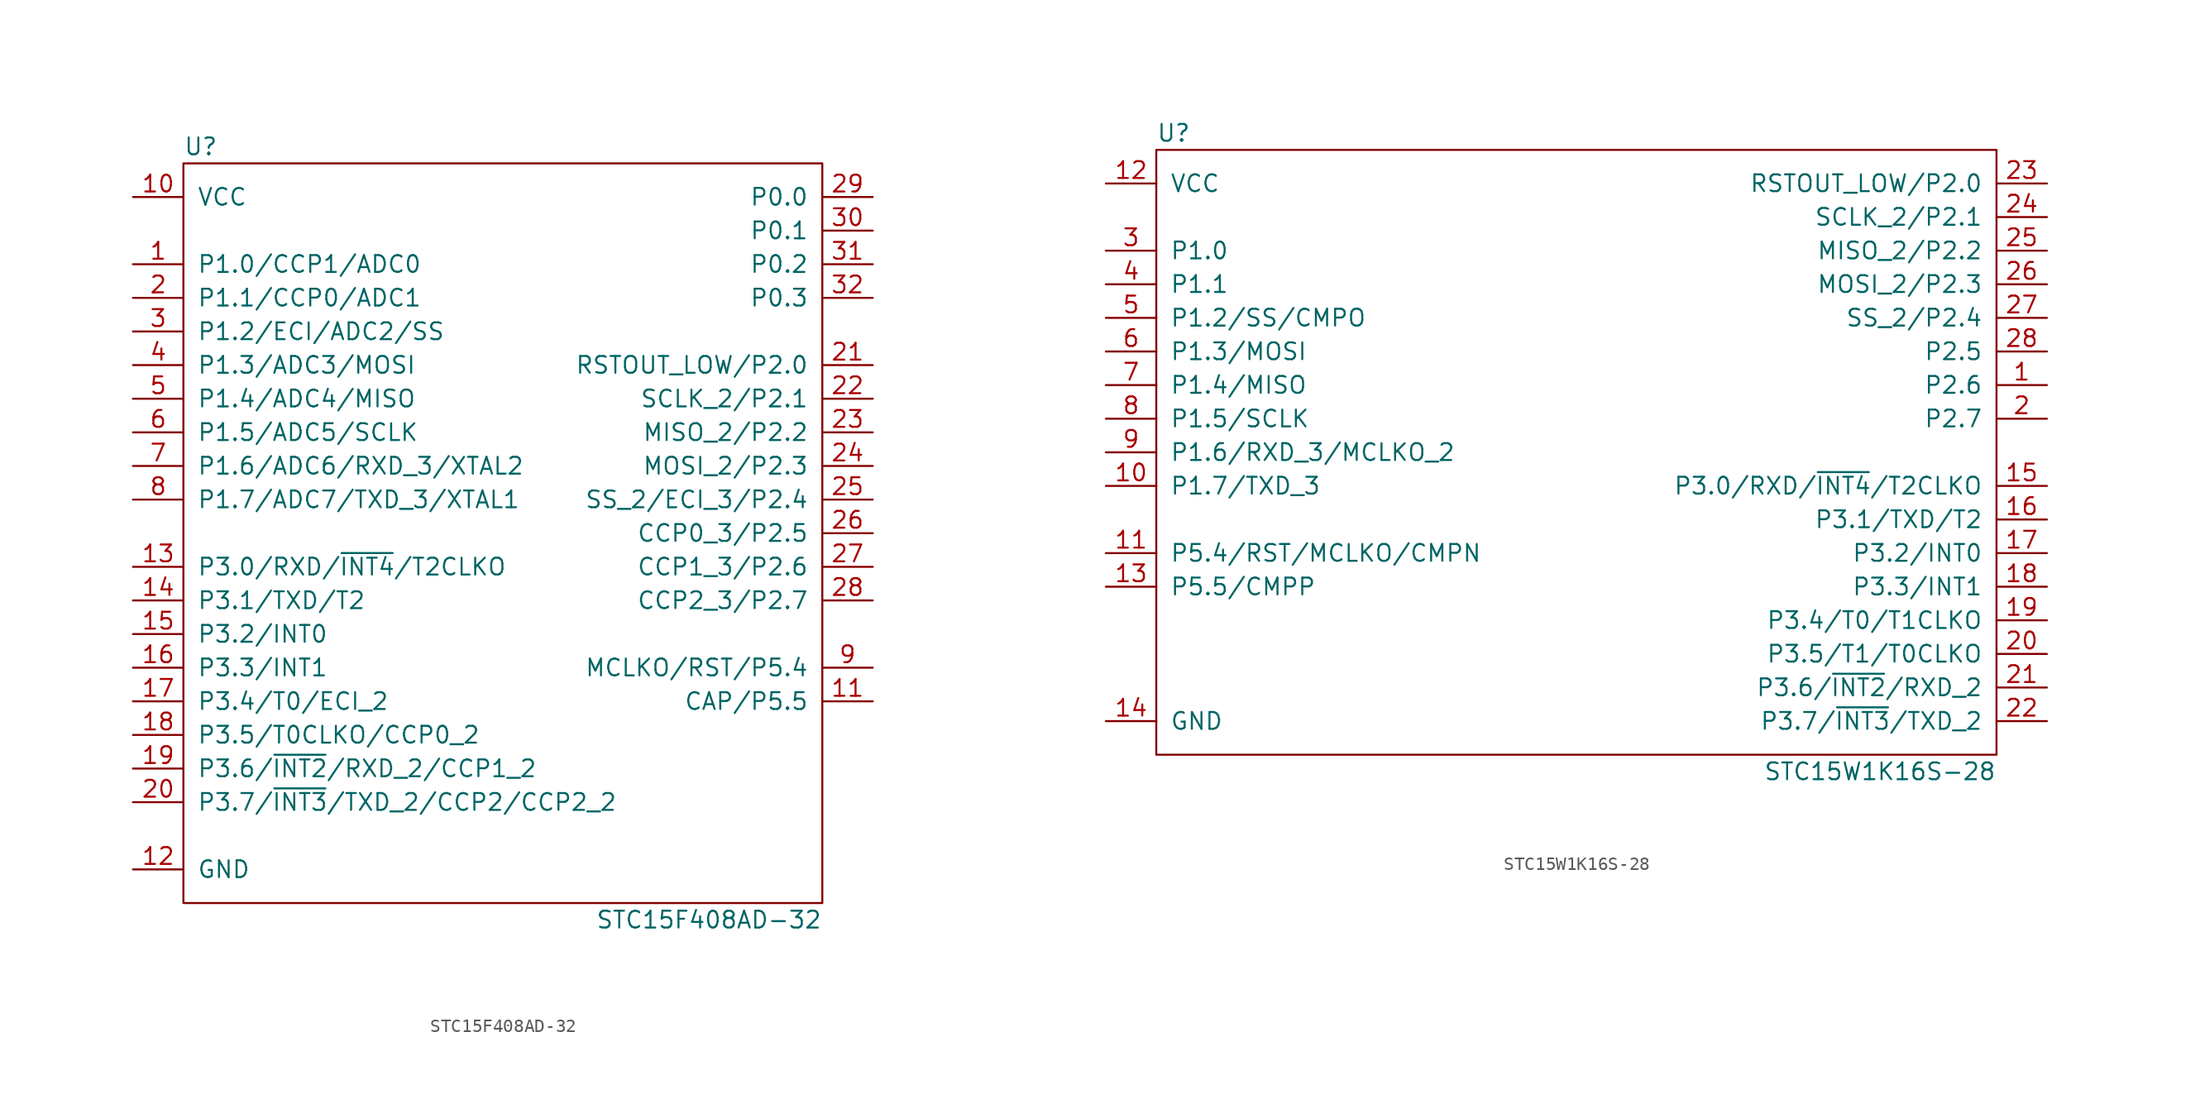
<source format=kicad_sym>
(kicad_symbol_lib
  (version 20211014)
  (generator kicad_symbol_editor)
  (symbol "STC15F408AD-32"
    (pin_names
      (offset 1.016))
    (property "Reference" "U"
      (at -24.13 26.67 0)
      (effects (font (size 1.27 1.27)) (justify left)))
    (property "Value" "STC15F408AD-32"
      (at 24.13 -31.75 0)
      (effects (font (size 1.27 1.27)) (justify right)))
    (symbol "STC15F408AD-32_0_1"
      (rectangle (start -24.13 25.4) (end 24.13 -30.48) (stroke (width 0.152) (type default) (color 0 0 0 0)) (fill (type none))))
    (symbol "STC15F408AD-32_1_1"
      (pin tri_state line (at -27.94 17.78 0) (length 3.81) (name "P1.0/CCP1/ADC0" (effects (font (size 1.27 1.27)))) (number "1" (effects (font (size 1.27 1.27)))))
      (pin power_in line (at -27.94 22.86 0) (length 3.81) (name "VCC" (effects (font (size 1.27 1.27)))) (number "10" (effects (font (size 1.27 1.27)))))
      (pin tri_state line (at 27.94 -15.24 180) (length 3.81) (name "CAP/P5.5" (effects (font (size 1.27 1.27)))) (number "11" (effects (font (size 1.27 1.27)))))
      (pin power_in line (at -27.94 -27.94 0) (length 3.81) (name "GND" (effects (font (size 1.27 1.27)))) (number "12" (effects (font (size 1.27 1.27)))))
      (pin tri_state line (at -27.94 -5.08 0) (length 3.81) (name "P3.0/RXD/~{INT4}/T2CLKO" (effects (font (size 1.27 1.27)))) (number "13" (effects (font (size 1.27 1.27)))))
      (pin tri_state line (at -27.94 -7.62 0) (length 3.81) (name "P3.1/TXD/T2" (effects (font (size 1.27 1.27)))) (number "14" (effects (font (size 1.27 1.27)))))
      (pin tri_state line (at -27.94 -10.16 0) (length 3.81) (name "P3.2/INT0" (effects (font (size 1.27 1.27)))) (number "15" (effects (font (size 1.27 1.27)))))
      (pin tri_state line (at -27.94 -12.7 0) (length 3.81) (name "P3.3/INT1" (effects (font (size 1.27 1.27)))) (number "16" (effects (font (size 1.27 1.27)))))
      (pin tri_state line (at -27.94 -15.24 0) (length 3.81) (name "P3.4/T0/ECI_2" (effects (font (size 1.27 1.27)))) (number "17" (effects (font (size 1.27 1.27)))))
      (pin tri_state line (at -27.94 -17.78 0) (length 3.81) (name "P3.5/T0CLKO/CCP0_2" (effects (font (size 1.27 1.27)))) (number "18" (effects (font (size 1.27 1.27)))))
      (pin tri_state line (at -27.94 -20.32 0) (length 3.81) (name "P3.6/~{INT2}/RXD_2/CCP1_2" (effects (font (size 1.27 1.27)))) (number "19" (effects (font (size 1.27 1.27)))))
      (pin tri_state line (at -27.94 15.24 0) (length 3.81) (name "P1.1/CCP0/ADC1" (effects (font (size 1.27 1.27)))) (number "2" (effects (font (size 1.27 1.27)))))
      (pin tri_state line (at -27.94 -22.86 0) (length 3.81) (name "P3.7/~{INT3}/TXD_2/CCP2/CCP2_2" (effects (font (size 1.27 1.27)))) (number "20" (effects (font (size 1.27 1.27)))))
      (pin tri_state line (at 27.94 10.16 180) (length 3.81) (name "RSTOUT_LOW/P2.0" (effects (font (size 1.27 1.27)))) (number "21" (effects (font (size 1.27 1.27)))))
      (pin tri_state line (at 27.94 7.62 180) (length 3.81) (name "SCLK_2/P2.1" (effects (font (size 1.27 1.27)))) (number "22" (effects (font (size 1.27 1.27)))))
      (pin tri_state line (at 27.94 5.08 180) (length 3.81) (name "MISO_2/P2.2" (effects (font (size 1.27 1.27)))) (number "23" (effects (font (size 1.27 1.27)))))
      (pin tri_state line (at 27.94 2.54 180) (length 3.81) (name "MOSI_2/P2.3" (effects (font (size 1.27 1.27)))) (number "24" (effects (font (size 1.27 1.27)))))
      (pin tri_state line (at 27.94 0 180) (length 3.81) (name "SS_2/ECI_3/P2.4" (effects (font (size 1.27 1.27)))) (number "25" (effects (font (size 1.27 1.27)))))
      (pin tri_state line (at 27.94 -2.54 180) (length 3.81) (name "CCP0_3/P2.5" (effects (font (size 1.27 1.27)))) (number "26" (effects (font (size 1.27 1.27)))))
      (pin tri_state line (at 27.94 -5.08 180) (length 3.81) (name "CCP1_3/P2.6" (effects (font (size 1.27 1.27)))) (number "27" (effects (font (size 1.27 1.27)))))
      (pin tri_state line (at 27.94 -7.62 180) (length 3.81) (name "CCP2_3/P2.7" (effects (font (size 1.27 1.27)))) (number "28" (effects (font (size 1.27 1.27)))))
      (pin tri_state line (at 27.94 22.86 180) (length 3.81) (name "P0.0" (effects (font (size 1.27 1.27)))) (number "29" (effects (font (size 1.27 1.27)))))
      (pin tri_state line (at -27.94 12.7 0) (length 3.81) (name "P1.2/ECI/ADC2/SS" (effects (font (size 1.27 1.27)))) (number "3" (effects (font (size 1.27 1.27)))))
      (pin tri_state line (at 27.94 20.32 180) (length 3.81) (name "P0.1" (effects (font (size 1.27 1.27)))) (number "30" (effects (font (size 1.27 1.27)))))
      (pin tri_state line (at 27.94 17.78 180) (length 3.81) (name "P0.2" (effects (font (size 1.27 1.27)))) (number "31" (effects (font (size 1.27 1.27)))))
      (pin tri_state line (at 27.94 15.24 180) (length 3.81) (name "P0.3" (effects (font (size 1.27 1.27)))) (number "32" (effects (font (size 1.27 1.27)))))
      (pin tri_state line (at -27.94 10.16 0) (length 3.81) (name "P1.3/ADC3/MOSI" (effects (font (size 1.27 1.27)))) (number "4" (effects (font (size 1.27 1.27)))))
      (pin tri_state line (at -27.94 7.62 0) (length 3.81) (name "P1.4/ADC4/MISO" (effects (font (size 1.27 1.27)))) (number "5" (effects (font (size 1.27 1.27)))))
      (pin tri_state line (at -27.94 5.08 0) (length 3.81) (name "P1.5/ADC5/SCLK" (effects (font (size 1.27 1.27)))) (number "6" (effects (font (size 1.27 1.27)))))
      (pin tri_state line (at -27.94 2.54 0) (length 3.81) (name "P1.6/ADC6/RXD_3/XTAL2" (effects (font (size 1.27 1.27)))) (number "7" (effects (font (size 1.27 1.27)))))
      (pin tri_state line (at -27.94 0 0) (length 3.81) (name "P1.7/ADC7/TXD_3/XTAL1" (effects (font (size 1.27 1.27)))) (number "8" (effects (font (size 1.27 1.27)))))
      (pin tri_state line (at 27.94 -12.7 180) (length 3.81) (name "MCLKO/RST/P5.4" (effects (font (size 1.27 1.27)))) (number "9" (effects (font (size 1.27 1.27)))))))
  (symbol "STC15W1K16S-28"
    (pin_names
      (offset 1.016))
    (property "Reference" "U"
      (at -31.75 24.13 0)
      (effects (font (size 1.27 1.27)) (justify left)))
    (property "Value" "STC15W1K16S-28"
      (at 31.75 -24.13 0)
      (effects (font (size 1.27 1.27)) (justify right)))
    (symbol "STC15W1K16S-28_0_1"
      (rectangle (start -31.75 22.86) (end 31.75 -22.86) (stroke (width 0.152) (type default) (color 0 0 0 0)) (fill (type none))))
    (symbol "STC15W1K16S-28_1_1"
      (pin tri_state line (at 35.56 5.08 180) (length 3.81) (name "P2.6" (effects (font (size 1.27 1.27)))) (number "1" (effects (font (size 1.27 1.27)))))
      (pin tri_state line (at -35.56 -2.54 0) (length 3.81) (name "P1.7/TXD_3" (effects (font (size 1.27 1.27)))) (number "10" (effects (font (size 1.27 1.27)))))
      (pin tri_state line (at -35.56 -7.62 0) (length 3.81) (name "P5.4/RST/MCLKO/CMPN" (effects (font (size 1.27 1.27)))) (number "11" (effects (font (size 1.27 1.27)))))
      (pin power_in line (at -35.56 20.32 0) (length 3.81) (name "VCC" (effects (font (size 1.27 1.27)))) (number "12" (effects (font (size 1.27 1.27)))))
      (pin tri_state line (at -35.56 -10.16 0) (length 3.81) (name "P5.5/CMPP" (effects (font (size 1.27 1.27)))) (number "13" (effects (font (size 1.27 1.27)))))
      (pin power_in line (at -35.56 -20.32 0) (length 3.81) (name "GND" (effects (font (size 1.27 1.27)))) (number "14" (effects (font (size 1.27 1.27)))))
      (pin tri_state line (at 35.56 -2.54 180) (length 3.81) (name "P3.0/RXD/~{INT4}/T2CLKO" (effects (font (size 1.27 1.27)))) (number "15" (effects (font (size 1.27 1.27)))))
      (pin tri_state line (at 35.56 -5.08 180) (length 3.81) (name "P3.1/TXD/T2" (effects (font (size 1.27 1.27)))) (number "16" (effects (font (size 1.27 1.27)))))
      (pin tri_state line (at 35.56 -7.62 180) (length 3.81) (name "P3.2/INT0" (effects (font (size 1.27 1.27)))) (number "17" (effects (font (size 1.27 1.27)))))
      (pin tri_state line (at 35.56 -10.16 180) (length 3.81) (name "P3.3/INT1" (effects (font (size 1.27 1.27)))) (number "18" (effects (font (size 1.27 1.27)))))
      (pin tri_state line (at 35.56 -12.7 180) (length 3.81) (name "P3.4/T0/T1CLKO" (effects (font (size 1.27 1.27)))) (number "19" (effects (font (size 1.27 1.27)))))
      (pin tri_state line (at 35.56 2.54 180) (length 3.81) (name "P2.7" (effects (font (size 1.27 1.27)))) (number "2" (effects (font (size 1.27 1.27)))))
      (pin tri_state line (at 35.56 -15.24 180) (length 3.81) (name "P3.5/T1/T0CLKO" (effects (font (size 1.27 1.27)))) (number "20" (effects (font (size 1.27 1.27)))))
      (pin tri_state line (at 35.56 -17.78 180) (length 3.81) (name "P3.6/~{INT2}/RXD_2" (effects (font (size 1.27 1.27)))) (number "21" (effects (font (size 1.27 1.27)))))
      (pin tri_state line (at 35.56 -20.32 180) (length 3.81) (name "P3.7/~{INT3}/TXD_2" (effects (font (size 1.27 1.27)))) (number "22" (effects (font (size 1.27 1.27)))))
      (pin tri_state line (at 35.56 20.32 180) (length 3.81) (name "RSTOUT_LOW/P2.0" (effects (font (size 1.27 1.27)))) (number "23" (effects (font (size 1.27 1.27)))))
      (pin tri_state line (at 35.56 17.78 180) (length 3.81) (name "SCLK_2/P2.1" (effects (font (size 1.27 1.27)))) (number "24" (effects (font (size 1.27 1.27)))))
      (pin tri_state line (at 35.56 15.24 180) (length 3.81) (name "MISO_2/P2.2" (effects (font (size 1.27 1.27)))) (number "25" (effects (font (size 1.27 1.27)))))
      (pin tri_state line (at 35.56 12.7 180) (length 3.81) (name "MOSI_2/P2.3" (effects (font (size 1.27 1.27)))) (number "26" (effects (font (size 1.27 1.27)))))
      (pin tri_state line (at 35.56 10.16 180) (length 3.81) (name "SS_2/P2.4" (effects (font (size 1.27 1.27)))) (number "27" (effects (font (size 1.27 1.27)))))
      (pin tri_state line (at 35.56 7.62 180) (length 3.81) (name "P2.5" (effects (font (size 1.27 1.27)))) (number "28" (effects (font (size 1.27 1.27)))))
      (pin tri_state line (at -35.56 15.24 0) (length 3.81) (name "P1.0" (effects (font (size 1.27 1.27)))) (number "3" (effects (font (size 1.27 1.27)))))
      (pin tri_state line (at -35.56 12.7 0) (length 3.81) (name "P1.1" (effects (font (size 1.27 1.27)))) (number "4" (effects (font (size 1.27 1.27)))))
      (pin tri_state line (at -35.56 10.16 0) (length 3.81) (name "P1.2/SS/CMPO" (effects (font (size 1.27 1.27)))) (number "5" (effects (font (size 1.27 1.27)))))
      (pin tri_state line (at -35.56 7.62 0) (length 3.81) (name "P1.3/MOSI" (effects (font (size 1.27 1.27)))) (number "6" (effects (font (size 1.27 1.27)))))
      (pin tri_state line (at -35.56 5.08 0) (length 3.81) (name "P1.4/MISO" (effects (font (size 1.27 1.27)))) (number "7" (effects (font (size 1.27 1.27)))))
      (pin tri_state line (at -35.56 2.54 0) (length 3.81) (name "P1.5/SCLK" (effects (font (size 1.27 1.27)))) (number "8" (effects (font (size 1.27 1.27)))))
      (pin tri_state line (at -35.56 0 0) (length 3.81) (name "P1.6/RXD_3/MCLKO_2" (effects (font (size 1.27 1.27)))) (number "9" (effects (font (size 1.27 1.27))))))))
</source>
